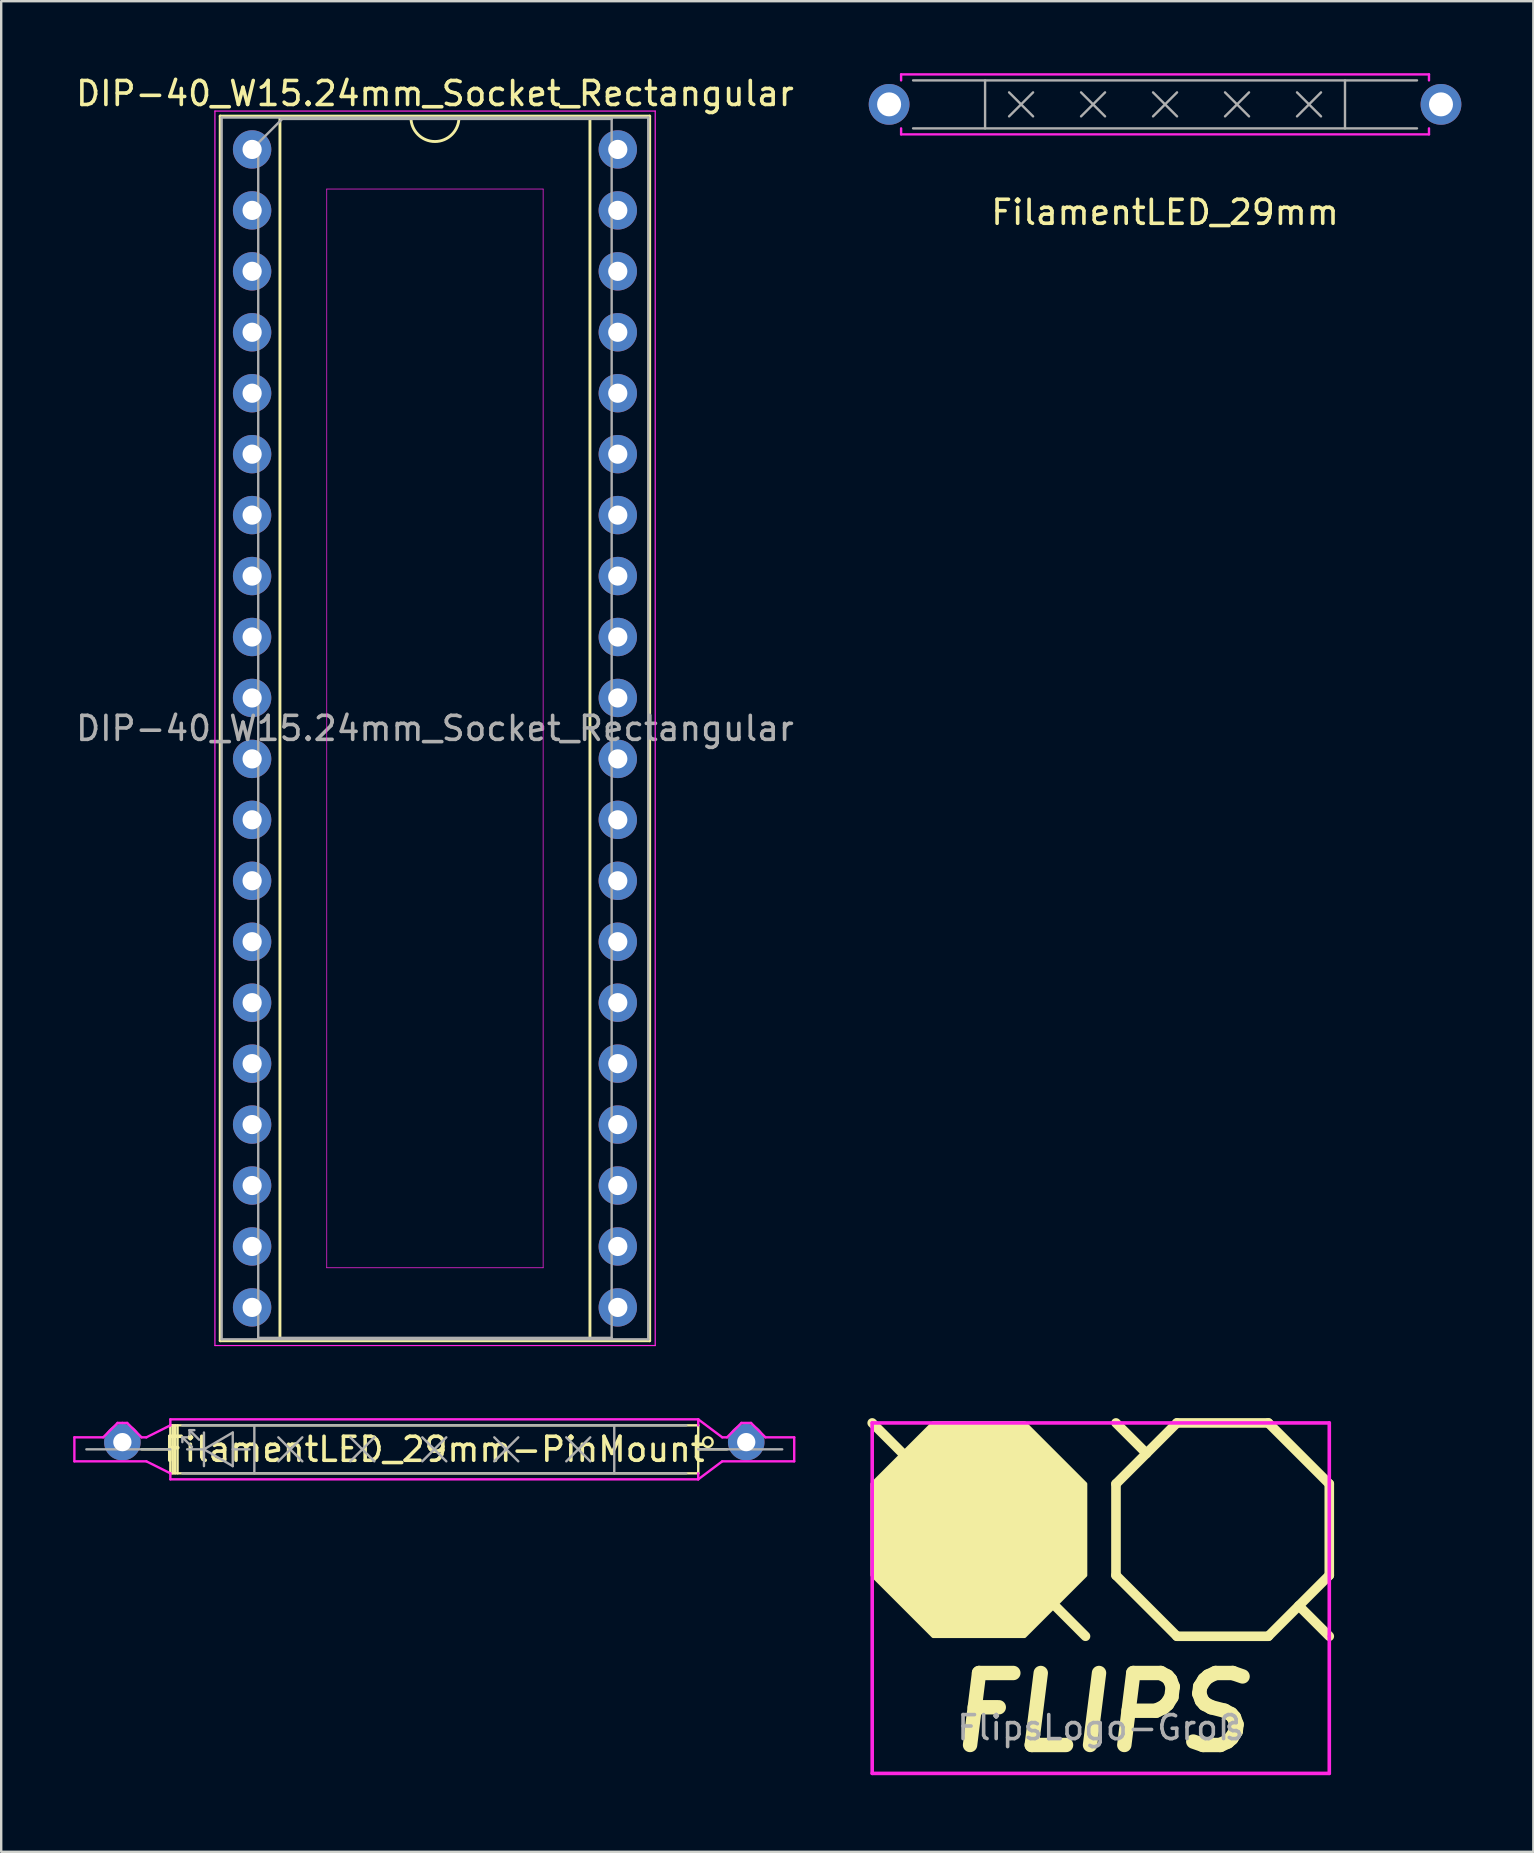
<source format=kicad_pcb>
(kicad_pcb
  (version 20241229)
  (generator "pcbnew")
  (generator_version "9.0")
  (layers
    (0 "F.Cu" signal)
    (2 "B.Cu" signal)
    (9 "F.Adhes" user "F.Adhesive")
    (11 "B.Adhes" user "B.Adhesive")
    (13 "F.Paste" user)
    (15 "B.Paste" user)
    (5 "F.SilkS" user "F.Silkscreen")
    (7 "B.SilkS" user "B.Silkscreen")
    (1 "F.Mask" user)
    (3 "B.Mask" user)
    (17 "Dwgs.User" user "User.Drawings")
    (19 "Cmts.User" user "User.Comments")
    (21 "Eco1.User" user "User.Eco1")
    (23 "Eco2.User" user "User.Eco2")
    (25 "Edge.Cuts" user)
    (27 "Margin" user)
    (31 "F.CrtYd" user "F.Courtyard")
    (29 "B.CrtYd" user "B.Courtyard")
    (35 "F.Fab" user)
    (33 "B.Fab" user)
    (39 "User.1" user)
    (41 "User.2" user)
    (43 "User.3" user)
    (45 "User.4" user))
  (footprint "FilamentLED_29mm"
    (layer "F.Cu")
    (at 45.505 1.3)
    (property "Reference" "FilamentLED_29mm" (at 0 4.5 0) (layer "F.SilkS") (effects (font (size 1 1) (thickness 0.15))))
    (attr through_hole)
    (fp_line (start -11 -1.25) (end 11 -1.25) (stroke (width 0.1) (type solid)) (layer "F.CrtYd"))
    (fp_line (start -11 -1) (end -11 -1.25) (stroke (width 0.1) (type solid)) (layer "F.CrtYd"))
    (fp_line (start -11 1.25) (end -11 1) (stroke (width 0.1) (type solid)) (layer "F.CrtYd"))
    (fp_line (start 11 -1.25) (end 11 -1) (stroke (width 0.1) (type solid)) (layer "F.CrtYd"))
    (fp_line (start 11 1) (end 11 1.25) (stroke (width 0.1) (type solid)) (layer "F.CrtYd"))
    (fp_line (start 11 1.25) (end -11 1.25) (stroke (width 0.1) (type solid)) (layer "F.CrtYd"))
    (fp_line (start -10.5 -1) (end 10.5 -1) (stroke (width 0.1) (type solid)) (layer "F.Fab"))
    (fp_line (start -7.5 -1) (end -7.5 1) (stroke (width 0.1) (type solid)) (layer "F.Fab"))
    (fp_line (start -6.5 -0.5) (end -5.5 0.5) (stroke (width 0.1) (type solid)) (layer "F.Fab"))
    (fp_line (start -6.5 0.5) (end -5.5 -0.5) (stroke (width 0.1) (type solid)) (layer "F.Fab"))
    (fp_line (start -3.5 -0.5) (end -2.5 0.5) (stroke (width 0.1) (type solid)) (layer "F.Fab"))
    (fp_line (start -3.5 0.5) (end -2.5 -0.5) (stroke (width 0.1) (type solid)) (layer "F.Fab"))
    (fp_line (start -0.5 -0.5) (end 0.5 0.5) (stroke (width 0.1) (type solid)) (layer "F.Fab"))
    (fp_line (start -0.5 0.5) (end 0.5 -0.5) (stroke (width 0.1) (type solid)) (layer "F.Fab"))
    (fp_line (start 2.5 -0.5) (end 3.5 0.5) (stroke (width 0.1) (type solid)) (layer "F.Fab"))
    (fp_line (start 3.5 -0.5) (end 2.5 0.5) (stroke (width 0.1) (type solid)) (layer "F.Fab"))
    (fp_line (start 5.5 -0.5) (end 6.5 0.5) (stroke (width 0.1) (type solid)) (layer "F.Fab"))
    (fp_line (start 6.5 -0.5) (end 5.5 0.5) (stroke (width 0.1) (type solid)) (layer "F.Fab"))
    (fp_line (start 7.5 -1) (end 7.5 1) (stroke (width 0.1) (type solid)) (layer "F.Fab"))
    (fp_line (start 10.5 1) (end -10.5 1) (stroke (width 0.1) (type solid)) (layer "F.Fab"))
    (pad "1" thru_hole circle (at -11.5 0) (size 1.7 1.7) (drill 1) (layers "*.Cu" "*.Mask"))
    (pad "2" thru_hole circle (at 11.5 0) (size 1.7 1.7) (drill 1) (layers "*.Cu" "*.Mask")))
  (footprint "FlipsLogo-Groß"
    (layer "F.Cu")
    (at 42.825 65.143)
    (property "Reference" "FlipsLogo-Groß" (at 0 3.81 0) (layer "F.Fab") (effects (font (size 1 1) (thickness 0.15))))
    (attr through_hole)
    (fp_line (start -9.525 -8.89) (end -8.255 -7.62) (stroke (width 0.4) (type solid)) (layer "F.SilkS"))
    (fp_line (start -1.905 -1.27) (end -0.635 0) (stroke (width 0.4) (type solid)) (layer "F.SilkS"))
    (fp_line (start 0.635 -8.89) (end 1.905 -7.62) (stroke (width 0.4) (type solid)) (layer "F.SilkS"))
    (fp_line (start 0.635 -6.35) (end 3.175 -8.89) (stroke (width 0.4) (type solid)) (layer "F.SilkS"))
    (fp_line (start 0.635 -2.54) (end 0.635 -6.35) (stroke (width 0.4) (type solid)) (layer "F.SilkS"))
    (fp_line (start 3.175 -8.89) (end 6.985 -8.89) (stroke (width 0.4) (type solid)) (layer "F.SilkS"))
    (fp_line (start 3.175 0) (end 0.635 -2.54) (stroke (width 0.4) (type solid)) (layer "F.SilkS"))
    (fp_line (start 6.985 -8.89) (end 9.525 -6.35) (stroke (width 0.4) (type solid)) (layer "F.SilkS"))
    (fp_line (start 6.985 0) (end 3.175 0) (stroke (width 0.4) (type solid)) (layer "F.SilkS"))
    (fp_line (start 8.255 -1.27) (end 9.525 0) (stroke (width 0.4) (type solid)) (layer "F.SilkS"))
    (fp_line (start 9.525 -6.35) (end 9.525 -2.54) (stroke (width 0.4) (type solid)) (layer "F.SilkS"))
    (fp_line (start 9.525 -2.54) (end 6.985 0) (stroke (width 0.4) (type solid)) (layer "F.SilkS"))
    (fp_poly (pts (xy -0.635 -2.54) (xy -3.175 0) (xy -6.985 0) (xy -9.525 -2.54) (xy -9.525 -6.35) (xy -6.985 -8.89) (xy -3.175 -8.89) (xy -0.635 -6.35)) (stroke (width 0.15) (type solid)) (fill yes) (layer "F.SilkS"))
    (fp_line (start -9.525 -8.89) (end 9.525 -8.89) (stroke (width 0.15) (type solid)) (layer "F.CrtYd"))
    (fp_line (start -9.525 5.715) (end -9.525 -8.89) (stroke (width 0.15) (type solid)) (layer "F.CrtYd"))
    (fp_line (start 9.525 -8.89) (end 9.525 0) (stroke (width 0.15) (type solid)) (layer "F.CrtYd"))
    (fp_line (start 9.525 0) (end 9.525 5.715) (stroke (width 0.15) (type solid)) (layer "F.CrtYd"))
    (fp_line (start 9.525 5.715) (end -9.525 5.715) (stroke (width 0.15) (type solid)) (layer "F.CrtYd"))
    (fp_text user "FLIPS" (at 0 3.175 0) (layer "F.SilkS") (effects (font (size 3 3) (thickness 0.6) (italic yes)))))
  (footprint "FilamentLED_29mm-PinMount"
    (layer "F.Cu")
    (at 15.05 57.353)
    (property "Reference" "FilamentLED_29mm-PinMount" (at 0 0 0) (layer "F.SilkS") (effects (font (size 1 1) (thickness 0.15))))
    (attr through_hole)
    (fp_line (start -12.2 0) (end -11 0) (stroke (width 0.1) (type solid)) (layer "F.SilkS"))
    (fp_line (start -11 -1) (end -11 1) (stroke (width 0.1) (type solid)) (layer "F.SilkS"))
    (fp_line (start -11 1) (end 11 1) (stroke (width 0.1) (type solid)) (layer "F.SilkS"))
    (fp_line (start -10.9 1) (end -10.9 -1) (stroke (width 0.1) (type solid)) (layer "F.SilkS"))
    (fp_line (start -10.8 -1) (end -10.8 1) (stroke (width 0.1) (type solid)) (layer "F.SilkS"))
    (fp_line (start -10.7 1) (end -10.7 -1) (stroke (width 0.1) (type solid)) (layer "F.SilkS"))
    (fp_line (start 11 -1) (end -11 -1) (stroke (width 0.1) (type solid)) (layer "F.SilkS"))
    (fp_line (start 11 0) (end 12.2 0) (stroke (width 0.1) (type solid)) (layer "F.SilkS"))
    (fp_line (start 11 1) (end 11 -1) (stroke (width 0.1) (type solid)) (layer "F.SilkS"))
    (fp_circle (center 11.4 -0.3) (end 11.4 -0.1) (stroke (width 0.1) (type solid)) (fill no) (layer "F.SilkS"))
    (fp_line (start -15 -0.5) (end -15 0.5) (stroke (width 0.1) (type solid)) (layer "F.CrtYd"))
    (fp_line (start -15 0.5) (end -12 0.5) (stroke (width 0.1) (type solid)) (layer "F.CrtYd"))
    (fp_line (start -13.8 -0.5) (end -15 -0.5) (stroke (width 0.1) (type solid)) (layer "F.CrtYd"))
    (fp_line (start -13.2 -1.1) (end -13.8 -0.5) (stroke (width 0.1) (type solid)) (layer "F.CrtYd"))
    (fp_line (start -13 -1.1) (end -13.2 -1.1) (stroke (width 0.1) (type solid)) (layer "F.CrtYd"))
    (fp_line (start -13 -1.1) (end -12.8 -1.1) (stroke (width 0.1) (type solid)) (layer "F.CrtYd"))
    (fp_line (start -12.8 -1.1) (end -12.2 -0.5) (stroke (width 0.1) (type solid)) (layer "F.CrtYd"))
    (fp_line (start -12.2 -0.5) (end -12 -0.5) (stroke (width 0.1) (type solid)) (layer "F.CrtYd"))
    (fp_line (start -12 -0.5) (end -11 -1) (stroke (width 0.1) (type solid)) (layer "F.CrtYd"))
    (fp_line (start -12 0.5) (end -11 1) (stroke (width 0.1) (type solid)) (layer "F.CrtYd"))
    (fp_line (start -11 -1.25) (end 11 -1.25) (stroke (width 0.1) (type solid)) (layer "F.CrtYd"))
    (fp_line (start -11 -1) (end -11 -1.25) (stroke (width 0.1) (type solid)) (layer "F.CrtYd"))
    (fp_line (start -11 1.25) (end -11 1) (stroke (width 0.1) (type solid)) (layer "F.CrtYd"))
    (fp_line (start 11 -1.25) (end 11 -1) (stroke (width 0.1) (type solid)) (layer "F.CrtYd"))
    (fp_line (start 11 -1.25) (end 12 -0.5) (stroke (width 0.1) (type solid)) (layer "F.CrtYd"))
    (fp_line (start 11 1) (end 11 1.25) (stroke (width 0.1) (type solid)) (layer "F.CrtYd"))
    (fp_line (start 11 1.25) (end -11 1.25) (stroke (width 0.1) (type solid)) (layer "F.CrtYd"))
    (fp_line (start 12 -0.5) (end 12.2 -0.5) (stroke (width 0.1) (type solid)) (layer "F.CrtYd"))
    (fp_line (start 12 0.5) (end 11 1.25) (stroke (width 0.1) (type solid)) (layer "F.CrtYd"))
    (fp_line (start 12.2 -0.5) (end 12.8 -1.1) (stroke (width 0.1) (type solid)) (layer "F.CrtYd"))
    (fp_line (start 12.8 -1.1) (end 13.2 -1.1) (stroke (width 0.1) (type solid)) (layer "F.CrtYd"))
    (fp_line (start 13.2 -1.1) (end 13.8 -0.5) (stroke (width 0.1) (type solid)) (layer "F.CrtYd"))
    (fp_line (start 13.8 -0.5) (end 15 -0.5) (stroke (width 0.1) (type solid)) (layer "F.CrtYd"))
    (fp_line (start 15 -0.5) (end 15 0.5) (stroke (width 0.1) (type solid)) (layer "F.CrtYd"))
    (fp_line (start 15 0.5) (end 12 0.5) (stroke (width 0.1) (type solid)) (layer "F.CrtYd"))
    (fp_line (start -14.5 0) (end -11 0) (stroke (width 0.1) (type solid)) (layer "F.Fab"))
    (fp_line (start -10.5 -1) (end 10.5 -1) (stroke (width 0.1) (type solid)) (layer "F.Fab"))
    (fp_line (start -10.5 -0.5) (end -10.5 -0.3) (stroke (width 0.1) (type solid)) (layer "F.Fab"))
    (fp_line (start -10.5 -0.5) (end -10.1 -0.1) (stroke (width 0.1) (type solid)) (layer "F.Fab"))
    (fp_line (start -10.3 -0.5) (end -10.5 -0.5) (stroke (width 0.1) (type solid)) (layer "F.Fab"))
    (fp_line (start -10.2 -0.8) (end -10.2 -0.6) (stroke (width 0.1) (type solid)) (layer "F.Fab"))
    (fp_line (start -10.2 -0.8) (end -10 -0.8) (stroke (width 0.1) (type solid)) (layer "F.Fab"))
    (fp_line (start -9.8 -0.4) (end -10.2 -0.8) (stroke (width 0.1) (type solid)) (layer "F.Fab"))
    (fp_line (start -9.6 -0.7) (end -9.6 0.7) (stroke (width 0.1) (type solid)) (layer "F.Fab"))
    (fp_line (start -9.6 0) (end -10.3 0) (stroke (width 0.1) (type solid)) (layer "F.Fab"))
    (fp_line (start -9.6 0) (end -8.4 -0.7) (stroke (width 0.1) (type solid)) (layer "F.Fab"))
    (fp_line (start -8.4 -0.7) (end -8.4 0.7) (stroke (width 0.1) (type solid)) (layer "F.Fab"))
    (fp_line (start -8.4 0) (end -7.7 0) (stroke (width 0.1) (type solid)) (layer "F.Fab"))
    (fp_line (start -8.4 0.7) (end -9.6 0) (stroke (width 0.1) (type solid)) (layer "F.Fab"))
    (fp_line (start -7.5 -1) (end -7.5 1) (stroke (width 0.1) (type solid)) (layer "F.Fab"))
    (fp_line (start -6.5 -0.5) (end -5.5 0.5) (stroke (width 0.1) (type solid)) (layer "F.Fab"))
    (fp_line (start -6.5 0.5) (end -5.5 -0.5) (stroke (width 0.1) (type solid)) (layer "F.Fab"))
    (fp_line (start -3.5 -0.5) (end -2.5 0.5) (stroke (width 0.1) (type solid)) (layer "F.Fab"))
    (fp_line (start -3.5 0.5) (end -2.5 -0.5) (stroke (width 0.1) (type solid)) (layer "F.Fab"))
    (fp_line (start -0.5 -0.5) (end 0.5 0.5) (stroke (width 0.1) (type solid)) (layer "F.Fab"))
    (fp_line (start -0.5 0.5) (end 0.5 -0.5) (stroke (width 0.1) (type solid)) (layer "F.Fab"))
    (fp_line (start 2.5 -0.5) (end 3.5 0.5) (stroke (width 0.1) (type solid)) (layer "F.Fab"))
    (fp_line (start 3.5 -0.5) (end 2.5 0.5) (stroke (width 0.1) (type solid)) (layer "F.Fab"))
    (fp_line (start 5.5 -0.5) (end 6.5 0.5) (stroke (width 0.1) (type solid)) (layer "F.Fab"))
    (fp_line (start 6.5 -0.5) (end 5.5 0.5) (stroke (width 0.1) (type solid)) (layer "F.Fab"))
    (fp_line (start 7.5 -1) (end 7.5 1) (stroke (width 0.1) (type solid)) (layer "F.Fab"))
    (fp_line (start 10.5 1) (end -10.5 1) (stroke (width 0.1) (type solid)) (layer "F.Fab"))
    (fp_line (start 14.5 0) (end 11 0) (stroke (width 0.1) (type solid)) (layer "F.Fab"))
    (pad "1" thru_hole circle (at -13 -0.3) (size 1.524 1.524) (drill 0.762) (layers "*.Cu" "*.Mask"))
    (pad "2" thru_hole circle (at 13 -0.3) (size 1.524 1.524) (drill 0.762) (layers "*.Cu" "*.Mask")))
  (footprint "DIP-40_W15.24mm_Socket_Rectangular"
    (layer "F.Cu")
    (at 7.457 3.178)
    (property "Reference" "DIP-40_W15.24mm_Socket_Rectangular" (at 7.62 -2.33 0) (layer "F.SilkS") (effects (font (size 1 1) (thickness 0.15))))
    (attr through_hole)
    (fp_line (start -1.33 -1.39) (end -1.33 49.65) (stroke (width 0.12) (type solid)) (layer "F.SilkS"))
    (fp_line (start -1.33 49.65) (end 16.57 49.65) (stroke (width 0.12) (type solid)) (layer "F.SilkS"))
    (fp_line (start 1.16 -1.33) (end 1.16 49.59) (stroke (width 0.12) (type solid)) (layer "F.SilkS"))
    (fp_line (start 1.16 49.59) (end 14.08 49.59) (stroke (width 0.12) (type solid)) (layer "F.SilkS"))
    (fp_line (start 6.62 -1.33) (end 1.16 -1.33) (stroke (width 0.12) (type solid)) (layer "F.SilkS"))
    (fp_line (start 14.08 -1.33) (end 8.62 -1.33) (stroke (width 0.12) (type solid)) (layer "F.SilkS"))
    (fp_line (start 14.08 49.59) (end 14.08 -1.33) (stroke (width 0.12) (type solid)) (layer "F.SilkS"))
    (fp_line (start 16.57 -1.39) (end -1.33 -1.39) (stroke (width 0.12) (type solid)) (layer "F.SilkS"))
    (fp_line (start 16.57 49.65) (end 16.57 -1.39) (stroke (width 0.12) (type solid)) (layer "F.SilkS"))
    (fp_arc (start 8.62 -1.33) (mid 7.62 -0.33) (end 6.62 -1.33) (stroke (width 0.12) (type solid)) (layer "F.SilkS"))
    (fp_line (start -1.55 -1.6) (end -1.55 49.85) (stroke (width 0.05) (type solid)) (layer "F.CrtYd"))
    (fp_line (start -1.55 49.85) (end 16.8 49.85) (stroke (width 0.05) (type solid)) (layer "F.CrtYd"))
    (fp_line (start 3.111 1.651) (end 3.111 46.609) (stroke (width 0.03) (type solid)) (layer "F.CrtYd"))
    (fp_line (start 3.111 1.651) (end 12.129 1.651) (stroke (width 0.03) (type solid)) (layer "F.CrtYd"))
    (fp_line (start 12.129 1.651) (end 12.129 46.609) (stroke (width 0.03) (type solid)) (layer "F.CrtYd"))
    (fp_line (start 12.129 46.609) (end 3.111 46.609) (stroke (width 0.03) (type solid)) (layer "F.CrtYd"))
    (fp_line (start 16.8 -1.6) (end -1.55 -1.6) (stroke (width 0.05) (type solid)) (layer "F.CrtYd"))
    (fp_line (start 16.8 49.85) (end 16.8 -1.6) (stroke (width 0.05) (type solid)) (layer "F.CrtYd"))
    (fp_line (start -1.27 -1.33) (end -1.27 49.59) (stroke (width 0.1) (type solid)) (layer "F.Fab"))
    (fp_line (start -1.27 49.59) (end 16.51 49.59) (stroke (width 0.1) (type solid)) (layer "F.Fab"))
    (fp_line (start 0.255 -0.27) (end 1.255 -1.27) (stroke (width 0.1) (type solid)) (layer "F.Fab"))
    (fp_line (start 0.255 49.53) (end 0.255 -0.27) (stroke (width 0.1) (type solid)) (layer "F.Fab"))
    (fp_line (start 1.255 -1.27) (end 14.985 -1.27) (stroke (width 0.1) (type solid)) (layer "F.Fab"))
    (fp_line (start 14.985 -1.27) (end 14.985 49.53) (stroke (width 0.1) (type solid)) (layer "F.Fab"))
    (fp_line (start 14.985 49.53) (end 0.255 49.53) (stroke (width 0.1) (type solid)) (layer "F.Fab"))
    (fp_line (start 16.51 -1.33) (end -1.27 -1.33) (stroke (width 0.1) (type solid)) (layer "F.Fab"))
    (fp_line (start 16.51 49.59) (end 16.51 -1.33) (stroke (width 0.1) (type solid)) (layer "F.Fab"))
    (fp_text user "${REFERENCE}" (at 7.62 24.13 0) (layer "F.Fab") (effects (font (size 1 1) (thickness 0.15))))
    (pad "1" thru_hole circle (at 0 0) (size 1.6 1.6) (drill 0.8) (layers "*.Cu" "*.Mask"))
    (pad "2" thru_hole oval (at 0 2.54) (size 1.6 1.6) (drill 0.8) (layers "*.Cu" "*.Mask"))
    (pad "3" thru_hole oval (at 0 5.08) (size 1.6 1.6) (drill 0.8) (layers "*.Cu" "*.Mask"))
    (pad "4" thru_hole oval (at 0 7.62) (size 1.6 1.6) (drill 0.8) (layers "*.Cu" "*.Mask"))
    (pad "5" thru_hole oval (at 0 10.16) (size 1.6 1.6) (drill 0.8) (layers "*.Cu" "*.Mask"))
    (pad "6" thru_hole oval (at 0 12.7) (size 1.6 1.6) (drill 0.8) (layers "*.Cu" "*.Mask"))
    (pad "7" thru_hole oval (at 0 15.24) (size 1.6 1.6) (drill 0.8) (layers "*.Cu" "*.Mask"))
    (pad "8" thru_hole oval (at 0 17.78) (size 1.6 1.6) (drill 0.8) (layers "*.Cu" "*.Mask"))
    (pad "9" thru_hole oval (at 0 20.32) (size 1.6 1.6) (drill 0.8) (layers "*.Cu" "*.Mask"))
    (pad "10" thru_hole oval (at 0 22.86) (size 1.6 1.6) (drill 0.8) (layers "*.Cu" "*.Mask"))
    (pad "11" thru_hole oval (at 0 25.4) (size 1.6 1.6) (drill 0.8) (layers "*.Cu" "*.Mask"))
    (pad "12" thru_hole oval (at 0 27.94) (size 1.6 1.6) (drill 0.8) (layers "*.Cu" "*.Mask"))
    (pad "13" thru_hole oval (at 0 30.48) (size 1.6 1.6) (drill 0.8) (layers "*.Cu" "*.Mask"))
    (pad "14" thru_hole oval (at 0 33.02) (size 1.6 1.6) (drill 0.8) (layers "*.Cu" "*.Mask"))
    (pad "15" thru_hole oval (at 0 35.56) (size 1.6 1.6) (drill 0.8) (layers "*.Cu" "*.Mask"))
    (pad "16" thru_hole oval (at 0 38.1) (size 1.6 1.6) (drill 0.8) (layers "*.Cu" "*.Mask"))
    (pad "17" thru_hole oval (at 0 40.64) (size 1.6 1.6) (drill 0.8) (layers "*.Cu" "*.Mask"))
    (pad "18" thru_hole oval (at 0 43.18) (size 1.6 1.6) (drill 0.8) (layers "*.Cu" "*.Mask"))
    (pad "19" thru_hole oval (at 0 45.72) (size 1.6 1.6) (drill 0.8) (layers "*.Cu" "*.Mask"))
    (pad "20" thru_hole oval (at 0 48.26) (size 1.6 1.6) (drill 0.8) (layers "*.Cu" "*.Mask"))
    (pad "21" thru_hole oval (at 15.24 48.26) (size 1.6 1.6) (drill 0.8) (layers "*.Cu" "*.Mask"))
    (pad "22" thru_hole oval (at 15.24 45.72) (size 1.6 1.6) (drill 0.8) (layers "*.Cu" "*.Mask"))
    (pad "23" thru_hole oval (at 15.24 43.18) (size 1.6 1.6) (drill 0.8) (layers "*.Cu" "*.Mask"))
    (pad "24" thru_hole oval (at 15.24 40.64) (size 1.6 1.6) (drill 0.8) (layers "*.Cu" "*.Mask"))
    (pad "25" thru_hole oval (at 15.24 38.1) (size 1.6 1.6) (drill 0.8) (layers "*.Cu" "*.Mask"))
    (pad "26" thru_hole oval (at 15.24 35.56) (size 1.6 1.6) (drill 0.8) (layers "*.Cu" "*.Mask"))
    (pad "27" thru_hole oval (at 15.24 33.02) (size 1.6 1.6) (drill 0.8) (layers "*.Cu" "*.Mask"))
    (pad "28" thru_hole oval (at 15.24 30.48) (size 1.6 1.6) (drill 0.8) (layers "*.Cu" "*.Mask"))
    (pad "29" thru_hole oval (at 15.24 27.94) (size 1.6 1.6) (drill 0.8) (layers "*.Cu" "*.Mask"))
    (pad "30" thru_hole oval (at 15.24 25.4) (size 1.6 1.6) (drill 0.8) (layers "*.Cu" "*.Mask"))
    (pad "31" thru_hole oval (at 15.24 22.86) (size 1.6 1.6) (drill 0.8) (layers "*.Cu" "*.Mask"))
    (pad "32" thru_hole oval (at 15.24 20.32) (size 1.6 1.6) (drill 0.8) (layers "*.Cu" "*.Mask"))
    (pad "33" thru_hole oval (at 15.24 17.78) (size 1.6 1.6) (drill 0.8) (layers "*.Cu" "*.Mask"))
    (pad "34" thru_hole oval (at 15.24 15.24) (size 1.6 1.6) (drill 0.8) (layers "*.Cu" "*.Mask"))
    (pad "35" thru_hole oval (at 15.24 12.7) (size 1.6 1.6) (drill 0.8) (layers "*.Cu" "*.Mask"))
    (pad "36" thru_hole oval (at 15.24 10.16) (size 1.6 1.6) (drill 0.8) (layers "*.Cu" "*.Mask"))
    (pad "37" thru_hole oval (at 15.24 7.62) (size 1.6 1.6) (drill 0.8) (layers "*.Cu" "*.Mask"))
    (pad "38" thru_hole oval (at 15.24 5.08) (size 1.6 1.6) (drill 0.8) (layers "*.Cu" "*.Mask"))
    (pad "39" thru_hole oval (at 15.24 2.54) (size 1.6 1.6) (drill 0.8) (layers "*.Cu" "*.Mask"))
    (pad "40" thru_hole oval (at 15.24 0) (size 1.6 1.6) (drill 0.8) (layers "*.Cu" "*.Mask")))
  (gr_rect
    (start -3 -3)
    (end 60.855 74.126)
    (stroke (width 0.1) (type default))
    (fill no)
    (layer "Edge.Cuts")))
</source>
